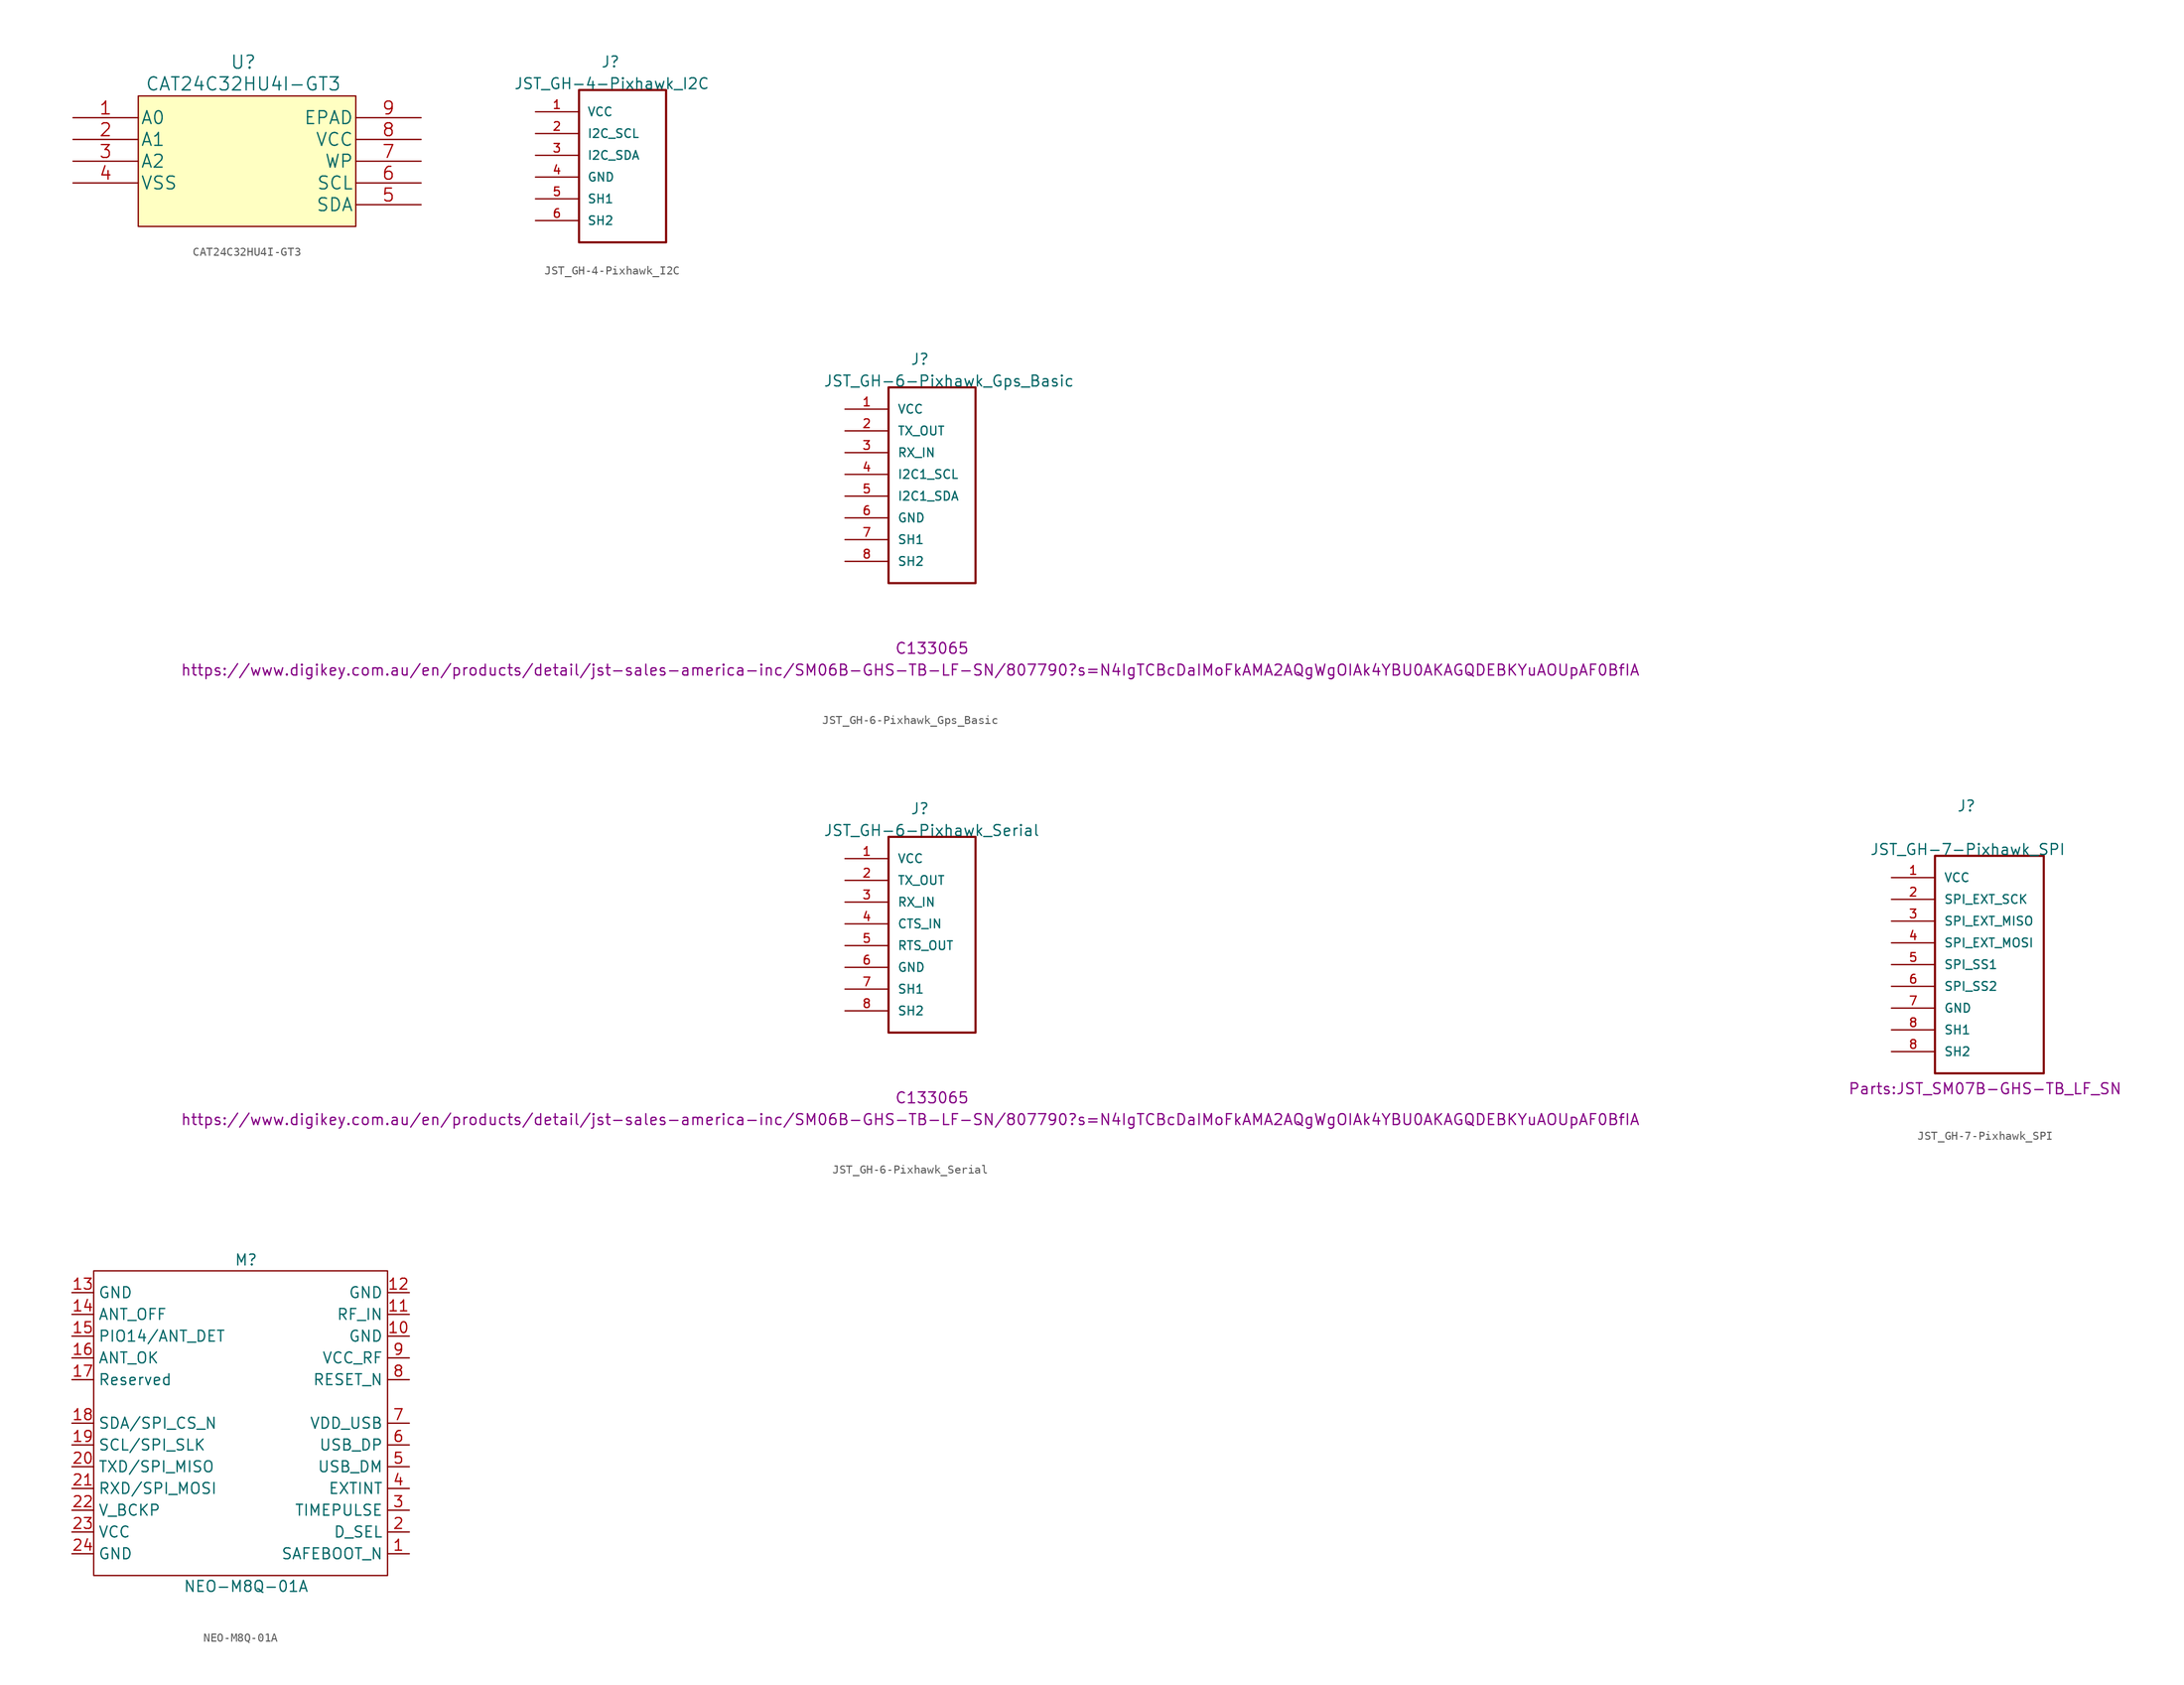
<source format=kicad_sym>
(kicad_symbol_lib
  (version 20211014)
  (generator kicad_symbol_editor)
  (symbol "CAT24C32HU4I-GT3"
    (pin_names
      (offset 0.254))
    (property "Reference" "U"
      (at -0.43 11.563 0)
      (effects (font (size 1.524 1.524))))
    (property "Value" "CAT24C32HU4I-GT3"
      (at -0.43 9.023 0)
      (effects (font (size 1.524 1.524))))
    (symbol "CAT24C32HU4I-GT3_1_1"
      (rectangle (start -12.7 7.62) (end 12.7 -7.62) (stroke (width 0) (type default) (color 0 0 0 0)) (fill (type background)))
      (pin power_in line (at -20.32 5.08 0) (length 7.62) (name "A0" (effects (font (size 1.499 1.499)))) (number "1" (effects (font (size 1.499 1.499)))))
      (pin power_in line (at -20.32 2.54 0) (length 7.62) (name "A1" (effects (font (size 1.499 1.499)))) (number "2" (effects (font (size 1.499 1.499)))))
      (pin power_in line (at -20.32 0 0) (length 7.62) (name "A2" (effects (font (size 1.499 1.499)))) (number "3" (effects (font (size 1.499 1.499)))))
      (pin power_in line (at -20.32 -2.54 0) (length 7.62) (name "VSS" (effects (font (size 1.499 1.499)))) (number "4" (effects (font (size 1.499 1.499)))))
      (pin bidirectional line (at 20.32 -5.08 180) (length 7.62) (name "SDA" (effects (font (size 1.499 1.499)))) (number "5" (effects (font (size 1.499 1.499)))))
      (pin input line (at 20.32 -2.54 180) (length 7.62) (name "SCL" (effects (font (size 1.499 1.499)))) (number "6" (effects (font (size 1.499 1.499)))))
      (pin power_in line (at 20.32 0 180) (length 7.62) (name "WP" (effects (font (size 1.499 1.499)))) (number "7" (effects (font (size 1.499 1.499)))))
      (pin power_in line (at 20.32 2.54 180) (length 7.62) (name "VCC" (effects (font (size 1.499 1.499)))) (number "8" (effects (font (size 1.499 1.499)))))
      (pin power_in line (at 20.32 5.08 180) (length 7.62) (name "EPAD" (effects (font (size 1.499 1.499)))) (number "9" (effects (font (size 1.499 1.499)))))))
  (symbol "JST_GH-4-Pixhawk_I2C"
    (pin_names
      (offset 1.016))
    (property "Reference" "J"
      (at 0 10.16 0)
      (effects (font (size 1.27 1.27)) (justify left bottom)))
    (property "Value" "JST_GH-4-Pixhawk_I2C"
      (at -10.16 7.62 0)
      (effects (font (size 1.27 1.27)) (justify left bottom)))
    (symbol "JST_GH-4-Pixhawk_I2C_0_0"
      (rectangle (start -2.54 7.62) (end 7.62 -10.16) (stroke (width 0.254) (type default) (color 0 0 0 0)) (fill (type none)))
      (pin power_in line (at -7.62 5.08 0) (length 5) (name "VCC" (effects (font (size 1 1)))) (number "1" (effects (font (size 1 1)))))
      (pin unspecified line (at -7.62 2.54 0) (length 5) (name "I2C_SCL" (effects (font (size 1 1)))) (number "2" (effects (font (size 1 1)))))
      (pin unspecified line (at -7.62 0 0) (length 5) (name "I2C_SDA" (effects (font (size 1 1)))) (number "3" (effects (font (size 1 1)))))
      (pin power_in line (at -7.62 -2.54 0) (length 5) (name "GND" (effects (font (size 1 1)))) (number "4" (effects (font (size 1 1)))))
      (pin power_in line (at -7.62 -5.08 0) (length 5) (name "SH1" (effects (font (size 1 1)))) (number "5" (effects (font (size 1 1)))))
      (pin power_in line (at -7.62 -7.62 0) (length 5) (name "SH2" (effects (font (size 1 1)))) (number "6" (effects (font (size 1 1)))))))
  (symbol "JST_GH-6-Pixhawk_Gps_Basic"
    (pin_names
      (offset 1.016))
    (property "Reference" "J"
      (at -2.54 10.16 0)
      (effects (font (size 1.27 1.27)) (justify left bottom)))
    (property "Value" "JST_GH-6-Pixhawk_Gps_Basic"
      (at -12.7 7.62 0)
      (effects (font (size 1.27 1.27)) (justify left bottom)))
    (property "JLCPCB" "C133065"
      (at 0 -22.86 0)
      (effects (font (size 1.27 1.27))))
    (property "Digikey" "https://www.digikey.com.au/en/products/detail/jst-sales-america-inc/SM06B-GHS-TB-LF-SN/807790?s=N4IgTCBcDaIMoFkAMA2AQgWgOIAk4YBU0AKAGQDEBKYuAOUpAF0BfIA"
      (at -2.54 -25.4 0)
      (effects (font (size 1.27 1.27))))
    (symbol "JST_GH-6-Pixhawk_Gps_Basic_0_0"
      (rectangle (start -5.08 7.62) (end 5.08 -15.24) (stroke (width 0.254) (type default) (color 0 0 0 0)) (fill (type none)))
      (pin power_in line (at -10.16 5.08 0) (length 5.08) (name "VCC" (effects (font (size 1.016 1.016)))) (number "1" (effects (font (size 1.016 1.016)))))
      (pin unspecified line (at -10.16 2.54 0) (length 5.08) (name "TX_OUT" (effects (font (size 1.016 1.016)))) (number "2" (effects (font (size 1.016 1.016)))))
      (pin unspecified line (at -10.16 0 0) (length 5.08) (name "RX_IN" (effects (font (size 1.016 1.016)))) (number "3" (effects (font (size 1.016 1.016)))))
      (pin unspecified line (at -10.16 -2.54 0) (length 5.08) (name "I2C1_SCL" (effects (font (size 1.016 1.016)))) (number "4" (effects (font (size 1.016 1.016)))))
      (pin unspecified line (at -10.16 -5.08 0) (length 5.08) (name "I2C1_SDA" (effects (font (size 1.016 1.016)))) (number "5" (effects (font (size 1.016 1.016)))))
      (pin power_in line (at -10.16 -7.62 0) (length 5.08) (name "GND" (effects (font (size 1.016 1.016)))) (number "6" (effects (font (size 1.016 1.016)))))
      (pin passive line (at -10.16 -10.16 0) (length 5.08) (name "SH1" (effects (font (size 1.016 1.016)))) (number "7" (effects (font (size 1.016 1.016)))))
      (pin passive line (at -10.16 -12.7 0) (length 5.08) (name "SH2" (effects (font (size 1.016 1.016)))) (number "8" (effects (font (size 1.016 1.016)))))))
  (symbol "JST_GH-6-Pixhawk_Serial"
    (pin_names
      (offset 1.016))
    (property "Reference" "J"
      (at -2.54 10.16 0)
      (effects (font (size 1.27 1.27)) (justify left bottom)))
    (property "Value" "JST_GH-6-Pixhawk_Serial"
      (at -12.7 7.62 0)
      (effects (font (size 1.27 1.27)) (justify left bottom)))
    (property "JLCPCB" "C133065"
      (at 0 -22.86 0)
      (effects (font (size 1.27 1.27))))
    (property "Digikey" "https://www.digikey.com.au/en/products/detail/jst-sales-america-inc/SM06B-GHS-TB-LF-SN/807790?s=N4IgTCBcDaIMoFkAMA2AQgWgOIAk4YBU0AKAGQDEBKYuAOUpAF0BfIA"
      (at -2.54 -25.4 0)
      (effects (font (size 1.27 1.27))))
    (symbol "JST_GH-6-Pixhawk_Serial_0_0"
      (rectangle (start -5.08 7.62) (end 5.08 -15.24) (stroke (width 0.254) (type default) (color 0 0 0 0)) (fill (type none)))
      (pin power_in line (at -10.16 5.08 0) (length 5.08) (name "VCC" (effects (font (size 1.016 1.016)))) (number "1" (effects (font (size 1.016 1.016)))))
      (pin unspecified line (at -10.16 2.54 0) (length 5.08) (name "TX_OUT" (effects (font (size 1.016 1.016)))) (number "2" (effects (font (size 1.016 1.016)))))
      (pin unspecified line (at -10.16 0 0) (length 5.08) (name "RX_IN" (effects (font (size 1.016 1.016)))) (number "3" (effects (font (size 1.016 1.016)))))
      (pin unspecified line (at -10.16 -2.54 0) (length 5.08) (name "CTS_IN" (effects (font (size 1.016 1.016)))) (number "4" (effects (font (size 1.016 1.016)))))
      (pin unspecified line (at -10.16 -5.08 0) (length 5.08) (name "RTS_OUT" (effects (font (size 1.016 1.016)))) (number "5" (effects (font (size 1.016 1.016)))))
      (pin power_in line (at -10.16 -7.62 0) (length 5.08) (name "GND" (effects (font (size 1.016 1.016)))) (number "6" (effects (font (size 1.016 1.016)))))
      (pin passive line (at -10.16 -10.16 0) (length 5.08) (name "SH1" (effects (font (size 1.016 1.016)))) (number "7" (effects (font (size 1.016 1.016)))))
      (pin passive line (at -10.16 -12.7 0) (length 5.08) (name "SH2" (effects (font (size 1.016 1.016)))) (number "8" (effects (font (size 1.016 1.016)))))))
  (symbol "JST_GH-7-Pixhawk_SPI"
    (pin_names
      (offset 1.016))
    (property "Reference" "J"
      (at -2.54 17.78 0)
      (effects (font (size 1.27 1.27)) (justify left bottom)))
    (property "Value" "JST_GH-7-Pixhawk_SPI"
      (at -12.7 12.7 0)
      (effects (font (size 1.27 1.27)) (justify left bottom)))
    (property "Footprint" "Parts:JST_SM07B-GHS-TB_LF_SN"
      (at -15.24 -15.24 0)
      (effects (font (size 1.27 1.27)) (justify left bottom)))
    (symbol "JST_GH-7-Pixhawk_SPI_0_0"
      (rectangle (start -5.08 12.7) (end 7.62 -12.7) (stroke (width 0.254) (type default) (color 0 0 0 0)) (fill (type none)))
      (pin power_in line (at -10.16 10.16 0) (length 5.08) (name "VCC" (effects (font (size 1.016 1.016)))) (number "1" (effects (font (size 1.016 1.016)))))
      (pin passive line (at -10.16 7.62 0) (length 5.08) (name "SPI_EXT_SCK" (effects (font (size 1.016 1.016)))) (number "2" (effects (font (size 1.016 1.016)))))
      (pin passive line (at -10.16 5.08 0) (length 5.08) (name "SPI_EXT_MISO" (effects (font (size 1.016 1.016)))) (number "3" (effects (font (size 1.016 1.016)))))
      (pin passive line (at -10.16 2.54 0) (length 5.08) (name "SPI_EXT_MOSI" (effects (font (size 1.016 1.016)))) (number "4" (effects (font (size 1.016 1.016)))))
      (pin passive line (at -10.16 0 0) (length 5.08) (name "SPI_SS1" (effects (font (size 1.016 1.016)))) (number "5" (effects (font (size 1.016 1.016)))))
      (pin passive line (at -10.16 -2.54 0) (length 5.08) (name "SPI_SS2" (effects (font (size 1.016 1.016)))) (number "6" (effects (font (size 1.016 1.016)))))
      (pin power_in line (at -10.16 -5.08 0) (length 5.08) (name "GND" (effects (font (size 1.016 1.016)))) (number "7" (effects (font (size 1.016 1.016)))))
      (pin power_in line (at -10.16 -7.62 0) (length 5.08) (name "SH1" (effects (font (size 1.016 1.016)))) (number "8" (effects (font (size 1.016 1.016)))))
      (pin power_in line (at -10.16 -10.16 0) (length 5.08) (name "SH2" (effects (font (size 1.016 1.016)))) (number "8" (effects (font (size 1.016 1.016)))))))
  (symbol "NEO-M8Q-01A"
    (property "Reference" "M"
      (at 0 19.05 0)
      (effects (font (size 1.27 1.27))))
    (property "Value" "NEO-M8Q-01A"
      (at 0 -19.05 0)
      (effects (font (size 1.27 1.27))))
    (symbol "NEO-M8Q-01A_0_1"
      (rectangle (start -17.78 17.78) (end 16.51 -17.78) (stroke (width 0) (type default) (color 0 0 0 0)) (fill (type none))))
    (symbol "NEO-M8Q-01A_1_1"
      (pin unspecified line (at 19.05 -15.24 180) (length 2.54) (name "SAFEBOOT_N" (effects (font (size 1.27 1.27)))) (number "1" (effects (font (size 1.27 1.27)))))
      (pin power_in line (at 19.05 10.16 180) (length 2.54) (name "GND" (effects (font (size 1.27 1.27)))) (number "10" (effects (font (size 1.27 1.27)))))
      (pin power_in line (at 19.05 12.7 180) (length 2.54) (name "RF_IN" (effects (font (size 1.27 1.27)))) (number "11" (effects (font (size 1.27 1.27)))))
      (pin power_in line (at 19.05 15.24 180) (length 2.54) (name "GND" (effects (font (size 1.27 1.27)))) (number "12" (effects (font (size 1.27 1.27)))))
      (pin power_in line (at -20.32 15.24 0) (length 2.54) (name "GND" (effects (font (size 1.27 1.27)))) (number "13" (effects (font (size 1.27 1.27)))))
      (pin unspecified line (at -20.32 12.7 0) (length 2.54) (name "ANT_OFF" (effects (font (size 1.27 1.27)))) (number "14" (effects (font (size 1.27 1.27)))))
      (pin unspecified line (at -20.32 10.16 0) (length 2.54) (name "PIO14/ANT_DET" (effects (font (size 1.27 1.27)))) (number "15" (effects (font (size 1.27 1.27)))))
      (pin unspecified line (at -20.32 7.62 0) (length 2.54) (name "ANT_OK" (effects (font (size 1.27 1.27)))) (number "16" (effects (font (size 1.27 1.27)))))
      (pin unspecified line (at -20.32 5.08 0) (length 2.54) (name "Reserved" (effects (font (size 1.27 1.27)))) (number "17" (effects (font (size 1.27 1.27)))))
      (pin unspecified line (at -20.32 0 0) (length 2.54) (name "SDA/SPI_CS_N" (effects (font (size 1.27 1.27)))) (number "18" (effects (font (size 1.27 1.27)))))
      (pin unspecified line (at -20.32 -2.54 0) (length 2.54) (name "SCL/SPI_SLK" (effects (font (size 1.27 1.27)))) (number "19" (effects (font (size 1.27 1.27)))))
      (pin unspecified line (at 19.05 -12.7 180) (length 2.54) (name "D_SEL" (effects (font (size 1.27 1.27)))) (number "2" (effects (font (size 1.27 1.27)))))
      (pin unspecified line (at -20.32 -5.08 0) (length 2.54) (name "TXD/SPI_MISO" (effects (font (size 1.27 1.27)))) (number "20" (effects (font (size 1.27 1.27)))))
      (pin unspecified line (at -20.32 -7.62 0) (length 2.54) (name "RXD/SPI_MOSI" (effects (font (size 1.27 1.27)))) (number "21" (effects (font (size 1.27 1.27)))))
      (pin unspecified line (at -20.32 -10.16 0) (length 2.54) (name "V_BCKP" (effects (font (size 1.27 1.27)))) (number "22" (effects (font (size 1.27 1.27)))))
      (pin power_in line (at -20.32 -12.7 0) (length 2.54) (name "VCC" (effects (font (size 1.27 1.27)))) (number "23" (effects (font (size 1.27 1.27)))))
      (pin power_in line (at -20.32 -15.24 0) (length 2.54) (name "GND" (effects (font (size 1.27 1.27)))) (number "24" (effects (font (size 1.27 1.27)))))
      (pin unspecified line (at 19.05 -10.16 180) (length 2.54) (name "TIMEPULSE" (effects (font (size 1.27 1.27)))) (number "3" (effects (font (size 1.27 1.27)))))
      (pin unspecified line (at 19.05 -7.62 180) (length 2.54) (name "EXTINT" (effects (font (size 1.27 1.27)))) (number "4" (effects (font (size 1.27 1.27)))))
      (pin unspecified line (at 19.05 -5.08 180) (length 2.54) (name "USB_DM" (effects (font (size 1.27 1.27)))) (number "5" (effects (font (size 1.27 1.27)))))
      (pin unspecified line (at 19.05 -2.54 180) (length 2.54) (name "USB_DP" (effects (font (size 1.27 1.27)))) (number "6" (effects (font (size 1.27 1.27)))))
      (pin unspecified line (at 19.05 0 180) (length 2.54) (name "VDD_USB" (effects (font (size 1.27 1.27)))) (number "7" (effects (font (size 1.27 1.27)))))
      (pin power_in line (at 19.05 5.08 180) (length 2.54) (name "RESET_N" (effects (font (size 1.27 1.27)))) (number "8" (effects (font (size 1.27 1.27)))))
      (pin power_in line (at 19.05 7.62 180) (length 2.54) (name "VCC_RF" (effects (font (size 1.27 1.27)))) (number "9" (effects (font (size 1.27 1.27))))))))
</source>
